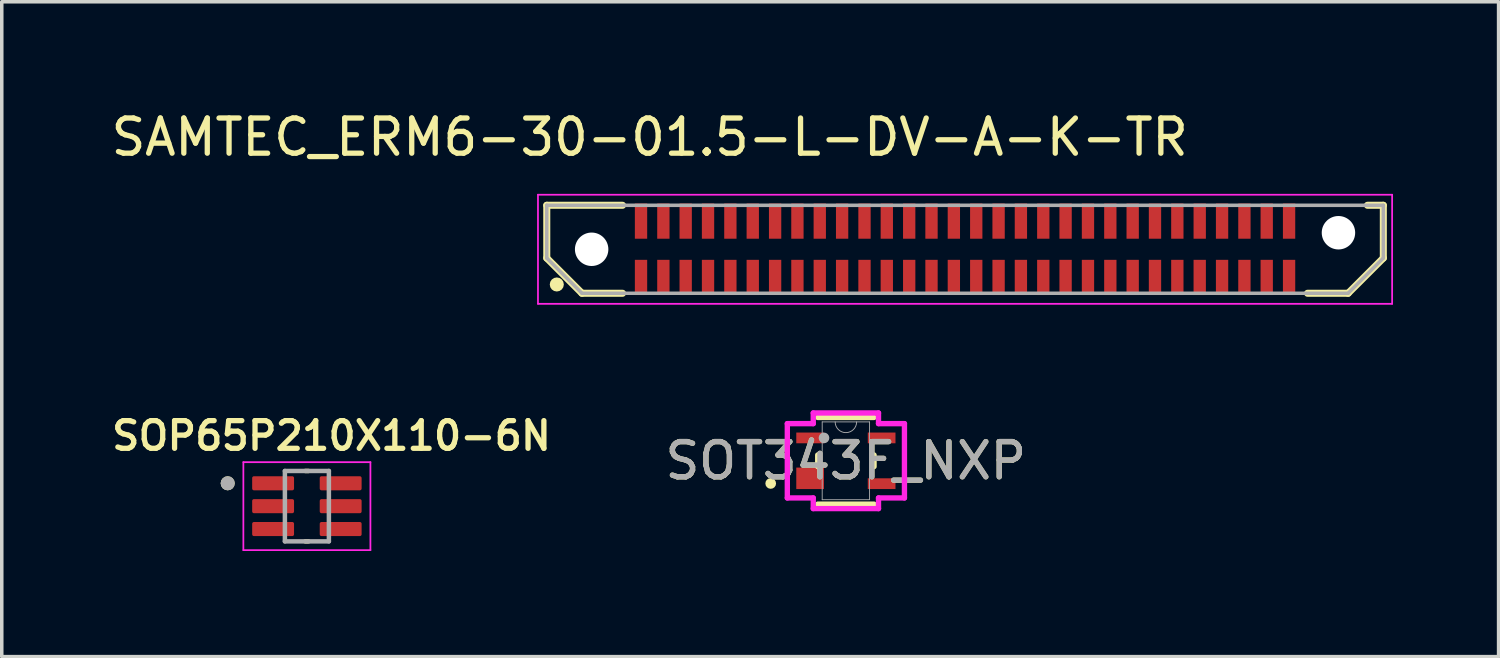
<source format=kicad_pcb>
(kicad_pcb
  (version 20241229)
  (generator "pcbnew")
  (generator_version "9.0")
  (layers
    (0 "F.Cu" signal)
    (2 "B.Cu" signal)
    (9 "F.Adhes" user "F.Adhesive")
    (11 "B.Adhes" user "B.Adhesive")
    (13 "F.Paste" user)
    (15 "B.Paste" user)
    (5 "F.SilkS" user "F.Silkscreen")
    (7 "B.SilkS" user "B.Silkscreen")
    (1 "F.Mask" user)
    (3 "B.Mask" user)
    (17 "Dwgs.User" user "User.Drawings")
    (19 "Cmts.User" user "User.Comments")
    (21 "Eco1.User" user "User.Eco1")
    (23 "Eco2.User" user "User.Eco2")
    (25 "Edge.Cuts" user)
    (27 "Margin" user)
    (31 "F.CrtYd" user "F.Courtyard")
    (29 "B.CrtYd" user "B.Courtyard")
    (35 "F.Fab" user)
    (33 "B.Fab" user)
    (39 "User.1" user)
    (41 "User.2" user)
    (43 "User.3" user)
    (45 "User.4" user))
  (footprint "SAMTEC_ERM6-30-01.5-L-DV-A-K-TR"
    (layer "F.Cu")
    (at 24.371 4.033)
    (property "Reference" "SAMTEC_ERM6-30-01.5-L-DV-A-K-TR" (at -8.96 -3.185 0) (layer "F.SilkS") (effects (font (size 1 1) (thickness 0.15))))
    (attr smd)
    (fp_line (start -11.885 -1.25) (end -9.732 -1.25) (stroke (width 0.2) (type solid)) (layer "F.SilkS"))
    (fp_line (start -11.885 0.25) (end -11.885 -1.25) (stroke (width 0.2) (type solid)) (layer "F.SilkS"))
    (fp_line (start -10.885 1.25) (end -11.885 0.25) (stroke (width 0.2) (type solid)) (layer "F.SilkS"))
    (fp_line (start -9.732 1.25) (end -10.885 1.25) (stroke (width 0.2) (type solid)) (layer "F.SilkS"))
    (fp_line (start 10.885 1.25) (end 9.732 1.25) (stroke (width 0.2) (type solid)) (layer "F.SilkS"))
    (fp_line (start 11.435 -1.25) (end 11.885 -1.25) (stroke (width 0.2) (type solid)) (layer "F.SilkS"))
    (fp_line (start 11.885 -1.25) (end 11.885 0.25) (stroke (width 0.2) (type solid)) (layer "F.SilkS"))
    (fp_line (start 11.885 0.25) (end 10.885 1.25) (stroke (width 0.2) (type solid)) (layer "F.SilkS"))
    (fp_circle (center -11.6 1) (end -11.5 1) (stroke (width 0.2) (type solid)) (fill no) (layer "F.SilkS"))
    (fp_line (start -12.135 -1.55) (end -12.135 1.55) (stroke (width 0.05) (type solid)) (layer "F.CrtYd"))
    (fp_line (start -12.135 1.55) (end 12.135 1.55) (stroke (width 0.05) (type solid)) (layer "F.CrtYd"))
    (fp_line (start 12.135 -1.55) (end -12.135 -1.55) (stroke (width 0.05) (type solid)) (layer "F.CrtYd"))
    (fp_line (start 12.135 1.55) (end 12.135 -1.55) (stroke (width 0.05) (type solid)) (layer "F.CrtYd"))
    (fp_line (start -11.885 -1.25) (end 11.885 -1.25) (stroke (width 0.1) (type solid)) (layer "F.Fab"))
    (fp_line (start -11.885 0.25) (end -11.885 -1.25) (stroke (width 0.1) (type solid)) (layer "F.Fab"))
    (fp_line (start -10.885 1.25) (end -11.885 0.25) (stroke (width 0.1) (type solid)) (layer "F.Fab"))
    (fp_line (start 10.885 1.25) (end -10.885 1.25) (stroke (width 0.1) (type solid)) (layer "F.Fab"))
    (fp_line (start 11.885 -1.25) (end 11.885 0.25) (stroke (width 0.1) (type solid)) (layer "F.Fab"))
    (fp_line (start 11.885 0.25) (end 10.885 1.25) (stroke (width 0.1) (type solid)) (layer "F.Fab"))
    (pad "" np_thru_hole circle (at -10.61 0) (size 0.95 0.95) (drill 0.95) (layers "*.Cu" "*.Mask"))
    (pad "" np_thru_hole circle (at 10.61 -0.47) (size 0.95 0.95) (drill 0.95) (layers "*.Cu" "*.Mask"))
    (pad "01" smd rect (at -9.207 0.8) (size 0.35 1) (layers "F.Cu" "F.Mask" "F.Paste"))
    (pad "02" smd rect (at -9.207 -0.8) (size 0.35 1) (layers "F.Cu" "F.Mask" "F.Paste"))
    (pad "03" smd rect (at -8.572 0.8) (size 0.35 1) (layers "F.Cu" "F.Mask" "F.Paste"))
    (pad "04" smd rect (at -8.572 -0.8) (size 0.35 1) (layers "F.Cu" "F.Mask" "F.Paste"))
    (pad "05" smd rect (at -7.938 0.8) (size 0.35 1) (layers "F.Cu" "F.Mask" "F.Paste"))
    (pad "06" smd rect (at -7.938 -0.8) (size 0.35 1) (layers "F.Cu" "F.Mask" "F.Paste"))
    (pad "07" smd rect (at -7.303 0.8) (size 0.35 1) (layers "F.Cu" "F.Mask" "F.Paste"))
    (pad "08" smd rect (at -7.303 -0.8) (size 0.35 1) (layers "F.Cu" "F.Mask" "F.Paste"))
    (pad "09" smd rect (at -6.668 0.8) (size 0.35 1) (layers "F.Cu" "F.Mask" "F.Paste"))
    (pad "10" smd rect (at -6.668 -0.8) (size 0.35 1) (layers "F.Cu" "F.Mask" "F.Paste"))
    (pad "11" smd rect (at -6.032 0.8) (size 0.35 1) (layers "F.Cu" "F.Mask" "F.Paste"))
    (pad "12" smd rect (at -6.032 -0.8) (size 0.35 1) (layers "F.Cu" "F.Mask" "F.Paste"))
    (pad "13" smd rect (at -5.397 0.8) (size 0.35 1) (layers "F.Cu" "F.Mask" "F.Paste"))
    (pad "14" smd rect (at -5.397 -0.8) (size 0.35 1) (layers "F.Cu" "F.Mask" "F.Paste"))
    (pad "15" smd rect (at -4.763 0.8) (size 0.35 1) (layers "F.Cu" "F.Mask" "F.Paste"))
    (pad "16" smd rect (at -4.763 -0.8) (size 0.35 1) (layers "F.Cu" "F.Mask" "F.Paste"))
    (pad "17" smd rect (at -4.128 0.8) (size 0.35 1) (layers "F.Cu" "F.Mask" "F.Paste"))
    (pad "18" smd rect (at -4.128 -0.8) (size 0.35 1) (layers "F.Cu" "F.Mask" "F.Paste"))
    (pad "19" smd rect (at -3.493 0.8) (size 0.35 1) (layers "F.Cu" "F.Mask" "F.Paste"))
    (pad "20" smd rect (at -3.493 -0.8) (size 0.35 1) (layers "F.Cu" "F.Mask" "F.Paste"))
    (pad "21" smd rect (at -2.857 0.8) (size 0.35 1) (layers "F.Cu" "F.Mask" "F.Paste"))
    (pad "22" smd rect (at -2.857 -0.8) (size 0.35 1) (layers "F.Cu" "F.Mask" "F.Paste"))
    (pad "23" smd rect (at -2.223 0.8) (size 0.35 1) (layers "F.Cu" "F.Mask" "F.Paste"))
    (pad "24" smd rect (at -2.223 -0.8) (size 0.35 1) (layers "F.Cu" "F.Mask" "F.Paste"))
    (pad "25" smd rect (at -1.587 0.8) (size 0.35 1) (layers "F.Cu" "F.Mask" "F.Paste"))
    (pad "26" smd rect (at -1.587 -0.8) (size 0.35 1) (layers "F.Cu" "F.Mask" "F.Paste"))
    (pad "27" smd rect (at -0.953 0.8) (size 0.35 1) (layers "F.Cu" "F.Mask" "F.Paste"))
    (pad "28" smd rect (at -0.953 -0.8) (size 0.35 1) (layers "F.Cu" "F.Mask" "F.Paste"))
    (pad "29" smd rect (at -0.318 0.8) (size 0.35 1) (layers "F.Cu" "F.Mask" "F.Paste"))
    (pad "30" smd rect (at -0.318 -0.8) (size 0.35 1) (layers "F.Cu" "F.Mask" "F.Paste"))
    (pad "31" smd rect (at 0.318 0.8) (size 0.35 1) (layers "F.Cu" "F.Mask" "F.Paste"))
    (pad "32" smd rect (at 0.318 -0.8) (size 0.35 1) (layers "F.Cu" "F.Mask" "F.Paste"))
    (pad "33" smd rect (at 0.953 0.8) (size 0.35 1) (layers "F.Cu" "F.Mask" "F.Paste"))
    (pad "34" smd rect (at 0.953 -0.8) (size 0.35 1) (layers "F.Cu" "F.Mask" "F.Paste"))
    (pad "35" smd rect (at 1.587 0.8) (size 0.35 1) (layers "F.Cu" "F.Mask" "F.Paste"))
    (pad "36" smd rect (at 1.587 -0.8) (size 0.35 1) (layers "F.Cu" "F.Mask" "F.Paste"))
    (pad "37" smd rect (at 2.223 0.8) (size 0.35 1) (layers "F.Cu" "F.Mask" "F.Paste"))
    (pad "38" smd rect (at 2.223 -0.8) (size 0.35 1) (layers "F.Cu" "F.Mask" "F.Paste"))
    (pad "39" smd rect (at 2.857 0.8) (size 0.35 1) (layers "F.Cu" "F.Mask" "F.Paste"))
    (pad "40" smd rect (at 2.857 -0.8) (size 0.35 1) (layers "F.Cu" "F.Mask" "F.Paste"))
    (pad "41" smd rect (at 3.493 0.8) (size 0.35 1) (layers "F.Cu" "F.Mask" "F.Paste"))
    (pad "42" smd rect (at 3.493 -0.8) (size 0.35 1) (layers "F.Cu" "F.Mask" "F.Paste"))
    (pad "43" smd rect (at 4.128 0.8) (size 0.35 1) (layers "F.Cu" "F.Mask" "F.Paste"))
    (pad "44" smd rect (at 4.128 -0.8) (size 0.35 1) (layers "F.Cu" "F.Mask" "F.Paste"))
    (pad "45" smd rect (at 4.763 0.8) (size 0.35 1) (layers "F.Cu" "F.Mask" "F.Paste"))
    (pad "46" smd rect (at 4.763 -0.8) (size 0.35 1) (layers "F.Cu" "F.Mask" "F.Paste"))
    (pad "47" smd rect (at 5.397 0.8) (size 0.35 1) (layers "F.Cu" "F.Mask" "F.Paste"))
    (pad "48" smd rect (at 5.397 -0.8) (size 0.35 1) (layers "F.Cu" "F.Mask" "F.Paste"))
    (pad "49" smd rect (at 6.032 0.8) (size 0.35 1) (layers "F.Cu" "F.Mask" "F.Paste"))
    (pad "50" smd rect (at 6.032 -0.8) (size 0.35 1) (layers "F.Cu" "F.Mask" "F.Paste"))
    (pad "51" smd rect (at 6.668 0.8) (size 0.35 1) (layers "F.Cu" "F.Mask" "F.Paste"))
    (pad "52" smd rect (at 6.668 -0.8) (size 0.35 1) (layers "F.Cu" "F.Mask" "F.Paste"))
    (pad "53" smd rect (at 7.303 0.8) (size 0.35 1) (layers "F.Cu" "F.Mask" "F.Paste"))
    (pad "54" smd rect (at 7.303 -0.8) (size 0.35 1) (layers "F.Cu" "F.Mask" "F.Paste"))
    (pad "55" smd rect (at 7.938 0.8) (size 0.35 1) (layers "F.Cu" "F.Mask" "F.Paste"))
    (pad "56" smd rect (at 7.938 -0.8) (size 0.35 1) (layers "F.Cu" "F.Mask" "F.Paste"))
    (pad "57" smd rect (at 8.572 0.8) (size 0.35 1) (layers "F.Cu" "F.Mask" "F.Paste"))
    (pad "58" smd rect (at 8.572 -0.8) (size 0.35 1) (layers "F.Cu" "F.Mask" "F.Paste"))
    (pad "59" smd rect (at 9.207 0.8) (size 0.35 1) (layers "F.Cu" "F.Mask" "F.Paste"))
    (pad "60" smd rect (at 9.207 -0.8) (size 0.35 1) (layers "F.Cu" "F.Mask" "F.Paste")))
  (footprint "SOT343F_NXP"
    (layer "F.Cu")
    (at 20.985 10.043)
    (property "Reference" "SOT343F_NXP" (at 0 0 0) (unlocked yes) (layer "F.SilkS") (effects (font (size 1 1) (thickness 0.15))))
    (attr smd)
    (fp_line (start -0.8 -0.165) (end -0.8 0.165) (stroke (width 0.152) (type solid)) (layer "F.SilkS"))
    (fp_line (start -0.8 1.232) (end 0.8 1.232) (stroke (width 0.152) (type solid)) (layer "F.SilkS"))
    (fp_line (start 0.8 -1.232) (end -0.8 -1.232) (stroke (width 0.152) (type solid)) (layer "F.SilkS"))
    (fp_line (start 0.8 0.165) (end 0.8 -0.165) (stroke (width 0.152) (type solid)) (layer "F.SilkS"))
    (fp_circle (center -2.136 0.644) (end -2.06 0.644) (stroke (width 0.152) (type solid)) (fill no) (layer "F.SilkS"))
    (fp_line (start -1.664 -1.056) (end -0.927 -1.056) (stroke (width 0.152) (type solid)) (layer "F.CrtYd"))
    (fp_line (start -1.664 1.056) (end -1.664 -1.056) (stroke (width 0.152) (type solid)) (layer "F.CrtYd"))
    (fp_line (start -1.664 1.056) (end -0.927 1.056) (stroke (width 0.152) (type solid)) (layer "F.CrtYd"))
    (fp_line (start -0.927 -1.359) (end 0.927 -1.359) (stroke (width 0.152) (type solid)) (layer "F.CrtYd"))
    (fp_line (start -0.927 -1.056) (end -0.927 -1.359) (stroke (width 0.152) (type solid)) (layer "F.CrtYd"))
    (fp_line (start -0.927 1.359) (end -0.927 1.056) (stroke (width 0.152) (type solid)) (layer "F.CrtYd"))
    (fp_line (start 0.927 -1.359) (end 0.927 -1.056) (stroke (width 0.152) (type solid)) (layer "F.CrtYd"))
    (fp_line (start 0.927 1.056) (end 0.927 1.359) (stroke (width 0.152) (type solid)) (layer "F.CrtYd"))
    (fp_line (start 0.927 1.359) (end -0.927 1.359) (stroke (width 0.152) (type solid)) (layer "F.CrtYd"))
    (fp_line (start 1.664 -1.056) (end 0.927 -1.056) (stroke (width 0.152) (type solid)) (layer "F.CrtYd"))
    (fp_line (start 1.664 -1.056) (end 1.664 1.056) (stroke (width 0.152) (type solid)) (layer "F.CrtYd"))
    (fp_line (start 1.664 1.056) (end 0.927 1.056) (stroke (width 0.152) (type solid)) (layer "F.CrtYd"))
    (fp_line (start -0.673 -1.105) (end -0.673 1.105) (stroke (width 0.025) (type solid)) (layer "F.Fab"))
    (fp_line (start -0.673 1.105) (end 0.673 1.105) (stroke (width 0.025) (type solid)) (layer "F.Fab"))
    (fp_line (start 0.673 -1.105) (end -0.673 -1.105) (stroke (width 0.025) (type solid)) (layer "F.Fab"))
    (fp_line (start 0.673 1.105) (end 0.673 -1.105) (stroke (width 0.025) (type solid)) (layer "F.Fab"))
    (fp_arc (start 0.3048 -1.1049) (mid 0 -0.8001) (end -0.3048 -1.1049) (stroke (width 0.0254) (type solid)) (layer "F.Fab"))
    (fp_circle (center -0.622 -0.65) (end -0.622 -0.65) (stroke (width 0.152) (type solid)) (fill no) (layer "F.Fab"))
    (fp_text user "${REFERENCE}" (at 0 0 0) (unlocked yes) (layer "F.Fab") (effects (font (size 1 1) (thickness 0.15))))
    (pad "1" smd rect (at -1.016 0.498) (size 0.787 0.61) (layers "F.Cu" "F.Mask" "F.Paste"))
    (pad "2" smd rect (at -1.016 -0.65) (size 0.787 0.305) (layers "F.Cu" "F.Mask" "F.Paste"))
    (pad "3" smd rect (at 1.016 -0.65) (size 0.787 0.305) (layers "F.Cu" "F.Mask" "F.Paste"))
    (pad "4" smd rect (at 1.016 0.65) (size 0.787 0.305) (layers "F.Cu" "F.Mask" "F.Paste")))
  (footprint "SOP65P210X110-6N"
    (layer "F.Cu")
    (at 5.67 11.332)
    (property "Reference" "SOP65P210X110-6N" (at 0.7 -2 0) (layer "F.SilkS") (effects (font (size 0.787 0.787) (thickness 0.15))))
    (attr smd)
    (fp_line (start -0.045 1) (end 0.045 1) (stroke (width 0.127) (type solid)) (layer "F.SilkS"))
    (fp_line (start 0.045 -1) (end -0.045 -1) (stroke (width 0.127) (type solid)) (layer "F.SilkS"))
    (fp_circle (center -2.25 -0.65) (end -2.15 -0.65) (stroke (width 0.2) (type solid)) (fill no) (layer "F.SilkS"))
    (fp_line (start -1.805 -1.25) (end -1.805 1.25) (stroke (width 0.05) (type solid)) (layer "F.CrtYd"))
    (fp_line (start -1.805 1.25) (end 1.805 1.25) (stroke (width 0.05) (type solid)) (layer "F.CrtYd"))
    (fp_line (start 1.805 -1.25) (end -1.805 -1.25) (stroke (width 0.05) (type solid)) (layer "F.CrtYd"))
    (fp_line (start 1.805 1.25) (end 1.805 -1.25) (stroke (width 0.05) (type solid)) (layer "F.CrtYd"))
    (fp_line (start -0.625 -1) (end -0.625 1) (stroke (width 0.127) (type solid)) (layer "F.Fab"))
    (fp_line (start -0.625 1) (end 0.625 1) (stroke (width 0.127) (type solid)) (layer "F.Fab"))
    (fp_line (start 0.625 -1) (end -0.625 -1) (stroke (width 0.127) (type solid)) (layer "F.Fab"))
    (fp_line (start 0.625 1) (end 0.625 -1) (stroke (width 0.127) (type solid)) (layer "F.Fab"))
    (fp_circle (center -2.25 -0.65) (end -2.15 -0.65) (stroke (width 0.2) (type solid)) (fill no) (layer "F.Fab"))
    (pad "1" smd roundrect (at -0.96 -0.65) (size 1.19 0.4) (layers "F.Cu" "F.Mask" "F.Paste") (roundrect_rratio 0.125))
    (pad "2" smd roundrect (at -0.96 0) (size 1.19 0.4) (layers "F.Cu" "F.Mask" "F.Paste") (roundrect_rratio 0.125))
    (pad "3" smd roundrect (at -0.96 0.65) (size 1.19 0.4) (layers "F.Cu" "F.Mask" "F.Paste") (roundrect_rratio 0.125))
    (pad "4" smd roundrect (at 0.96 0.65) (size 1.19 0.4) (layers "F.Cu" "F.Mask" "F.Paste") (roundrect_rratio 0.125))
    (pad "5" smd roundrect (at 0.96 0) (size 1.19 0.4) (layers "F.Cu" "F.Mask" "F.Paste") (roundrect_rratio 0.125))
    (pad "6" smd roundrect (at 0.96 -0.65) (size 1.19 0.4) (layers "F.Cu" "F.Mask" "F.Paste") (roundrect_rratio 0.125)))
  (gr_rect
    (start -3 -3)
    (end 39.531 15.607)
    (stroke (width 0.1) (type default))
    (fill no)
    (layer "Edge.Cuts")))
</source>
